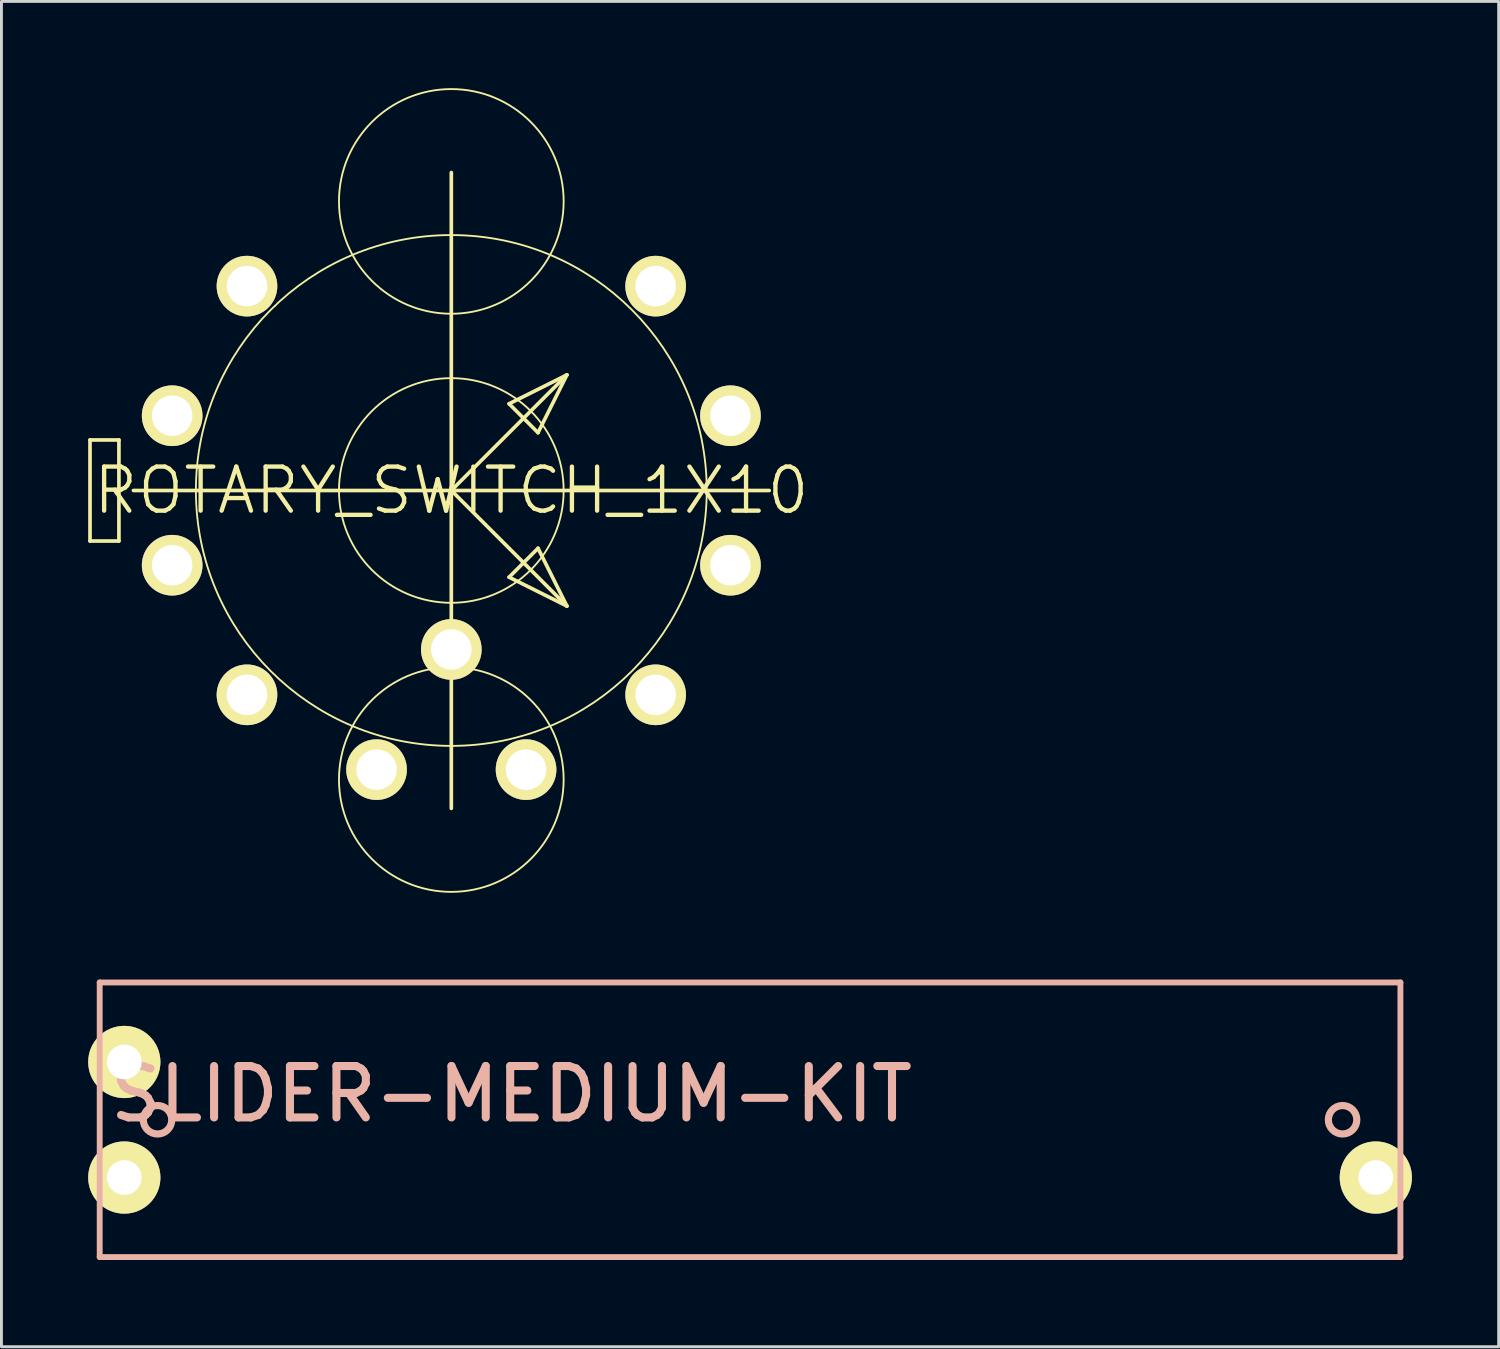
<source format=kicad_pcb>
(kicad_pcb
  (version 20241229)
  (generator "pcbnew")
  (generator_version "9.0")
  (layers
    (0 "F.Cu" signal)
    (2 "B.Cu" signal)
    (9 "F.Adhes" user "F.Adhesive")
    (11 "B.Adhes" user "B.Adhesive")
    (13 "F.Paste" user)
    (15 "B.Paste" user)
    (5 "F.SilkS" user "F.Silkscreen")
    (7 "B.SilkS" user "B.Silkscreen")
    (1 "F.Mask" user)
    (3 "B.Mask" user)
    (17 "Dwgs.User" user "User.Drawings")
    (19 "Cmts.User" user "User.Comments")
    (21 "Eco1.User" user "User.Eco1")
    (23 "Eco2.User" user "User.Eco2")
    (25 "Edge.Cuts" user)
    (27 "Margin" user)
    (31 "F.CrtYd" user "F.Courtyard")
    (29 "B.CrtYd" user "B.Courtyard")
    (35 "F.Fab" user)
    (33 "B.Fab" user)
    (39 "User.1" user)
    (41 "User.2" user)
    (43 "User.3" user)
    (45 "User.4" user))
  (footprint "ROTARY_SWITCH_1X10"
    (layer "F.Cu")
    (at 12.563 13.918)
    (property "Reference" "ROTARY_SWITCH_1X10" (at 0 0 0) (layer "F.SilkS") (effects (font (size 1.524 1.524) (thickness 0.15))))
    (attr exclude_from_pos_files exclude_from_bom)
    (fp_line (start -12.499 -1.748) (end -11.499 -1.748) (stroke (width 0.127) (type solid)) (layer "F.SilkS"))
    (fp_line (start -12.499 1.748) (end -12.499 -1.748) (stroke (width 0.127) (type solid)) (layer "F.SilkS"))
    (fp_line (start -11.499 -1.748) (end -11.499 1.748) (stroke (width 0.127) (type solid)) (layer "F.SilkS"))
    (fp_line (start -11.499 1.748) (end -12.499 1.748) (stroke (width 0.127) (type solid)) (layer "F.SilkS"))
    (fp_line (start -10.998 0) (end 0 0) (stroke (width 0.127) (type solid)) (layer "F.SilkS"))
    (fp_line (start 0 -10.998) (end 0 0) (stroke (width 0.127) (type solid)) (layer "F.SilkS"))
    (fp_line (start 0 0) (end 0 10.998) (stroke (width 0.127) (type solid)) (layer "F.SilkS"))
    (fp_line (start 0 0) (end 3.998 -3.998) (stroke (width 0.127) (type solid)) (layer "F.SilkS"))
    (fp_line (start 0 0) (end 3.998 3.998) (stroke (width 0.127) (type solid)) (layer "F.SilkS"))
    (fp_line (start 0 0) (end 10.998 0) (stroke (width 0.127) (type solid)) (layer "F.SilkS"))
    (fp_line (start 1.999 -3) (end 3 -1.999) (stroke (width 0.127) (type solid)) (layer "F.SilkS"))
    (fp_line (start 1.999 3) (end 3.998 3.998) (stroke (width 0.127) (type solid)) (layer "F.SilkS"))
    (fp_line (start 3 -1.999) (end 3.998 -3.998) (stroke (width 0.127) (type solid)) (layer "F.SilkS"))
    (fp_line (start 3 1.999) (end 1.999 3) (stroke (width 0.127) (type solid)) (layer "F.SilkS"))
    (fp_line (start 3.998 -3.998) (end 1.999 -3) (stroke (width 0.127) (type solid)) (layer "F.SilkS"))
    (fp_line (start 3.998 3.998) (end 3 1.999) (stroke (width 0.127) (type solid)) (layer "F.SilkS"))
    (fp_circle (center 0 -10) (end -2.748 -12.748) (stroke (width 0.064) (type solid)) (fill no) (layer "F.SilkS"))
    (fp_circle (center 0 0) (end -6.248 6.248) (stroke (width 0.064) (type solid)) (fill no) (layer "F.SilkS"))
    (fp_circle (center 0 0) (end -2.748 2.748) (stroke (width 0.064) (type solid)) (fill no) (layer "F.SilkS"))
    (fp_circle (center 0 10) (end -2.748 12.748) (stroke (width 0.064) (type solid)) (fill no) (layer "F.SilkS"))
    (pad "1" thru_hole circle (at 7.069 -7.069) (size 2.098 2.098) (drill 1.4) (layers "*.Cu" "F.Mask" "F.SilkS" "F.Paste"))
    (pad "2" thru_hole circle (at 9.657 -2.586) (size 2.098 2.098) (drill 1.4) (layers "*.Cu" "F.Mask" "F.SilkS" "F.Paste"))
    (pad "3" thru_hole circle (at 9.657 2.586) (size 2.098 2.098) (drill 1.4) (layers "*.Cu" "F.Mask" "F.SilkS" "F.Paste"))
    (pad "4" thru_hole circle (at 7.069 7.069) (size 2.098 2.098) (drill 1.4) (layers "*.Cu" "F.Mask" "F.SilkS" "F.Paste"))
    (pad "5" thru_hole circle (at 2.586 9.657) (size 2.098 2.098) (drill 1.4) (layers "*.Cu" "F.Mask" "F.SilkS" "F.Paste"))
    (pad "6" thru_hole circle (at -2.586 9.657) (size 2.098 2.098) (drill 1.4) (layers "*.Cu" "F.Mask" "F.SilkS" "F.Paste"))
    (pad "7" thru_hole circle (at -7.069 7.069) (size 2.098 2.098) (drill 1.4) (layers "*.Cu" "F.Mask" "F.SilkS" "F.Paste"))
    (pad "8" thru_hole circle (at -9.657 2.586) (size 2.098 2.098) (drill 1.4) (layers "*.Cu" "F.Mask" "F.SilkS" "F.Paste"))
    (pad "9" thru_hole circle (at -9.657 -2.586) (size 2.098 2.098) (drill 1.4) (layers "*.Cu" "F.Mask" "F.SilkS" "F.Paste"))
    (pad "10" thru_hole circle (at -7.069 -7.069) (size 2.098 2.098) (drill 1.4) (layers "*.Cu" "F.Mask" "F.SilkS" "F.Paste"))
    (pad "COMM" thru_hole circle (at 0 5.499) (size 2.098 2.098) (drill 1.4) (layers "*.Cu" "F.Mask" "F.SilkS" "F.Paste")))
  (footprint "SLIDER-MEDIUM-KIT"
    (layer "F.Cu")
    (at 22.898 35.688)
    (property "Reference" "SLIDER-MEDIUM-KIT" (at -8.255 -0.889 0) (layer "B.SilkS") (effects (font (size 1.778 1.778) (thickness 0.279))))
    (attr exclude_from_pos_files exclude_from_bom)
    (fp_line (start -21.999 -2.499) (end -21.499 -2.499) (stroke (width 0.066) (type solid)) (layer "F.SilkS"))
    (fp_line (start -21.999 -1.499) (end -21.999 -2.499) (stroke (width 0.066) (type solid)) (layer "F.SilkS"))
    (fp_line (start -21.999 -1.499) (end -21.499 -1.499) (stroke (width 0.066) (type solid)) (layer "F.SilkS"))
    (fp_line (start -21.999 1.499) (end -21.499 1.499) (stroke (width 0.066) (type solid)) (layer "F.SilkS"))
    (fp_line (start -21.999 2.499) (end -21.999 1.499) (stroke (width 0.066) (type solid)) (layer "F.SilkS"))
    (fp_line (start -21.999 2.499) (end -21.499 2.499) (stroke (width 0.066) (type solid)) (layer "F.SilkS"))
    (fp_line (start -21.499 -1.499) (end -21.499 -2.499) (stroke (width 0.066) (type solid)) (layer "F.SilkS"))
    (fp_line (start -21.499 2.499) (end -21.499 1.499) (stroke (width 0.066) (type solid)) (layer "F.SilkS"))
    (fp_line (start 21.499 1.499) (end 21.999 1.499) (stroke (width 0.066) (type solid)) (layer "F.SilkS"))
    (fp_line (start 21.499 2.499) (end 21.499 1.499) (stroke (width 0.066) (type solid)) (layer "F.SilkS"))
    (fp_line (start 21.499 2.499) (end 21.999 2.499) (stroke (width 0.066) (type solid)) (layer "F.SilkS"))
    (fp_line (start 21.999 2.499) (end 21.999 1.499) (stroke (width 0.066) (type solid)) (layer "F.SilkS"))
    (fp_circle (center -21.648 -1.999) (end -22.304 -2.654) (stroke (width 0) (type solid)) (fill yes) (layer "F.SilkS"))
    (fp_circle (center -21.648 -1.999) (end -21.948 -2.299) (stroke (width 0) (type solid)) (fill yes) (layer "F.SilkS"))
    (fp_circle (center -21.648 1.999) (end -22.304 2.654) (stroke (width 0) (type solid)) (fill yes) (layer "F.SilkS"))
    (fp_circle (center -21.648 1.999) (end -21.948 2.299) (stroke (width 0) (type solid)) (fill yes) (layer "F.SilkS"))
    (fp_circle (center 21.648 1.999) (end 21.948 2.299) (stroke (width 0) (type solid)) (fill yes) (layer "F.SilkS"))
    (fp_circle (center 21.648 1.999) (end 22.304 2.654) (stroke (width 0) (type solid)) (fill yes) (layer "F.SilkS"))
    (fp_line (start -22.499 -4.75) (end -22.499 4.75) (stroke (width 0.203) (type solid)) (layer "B.SilkS"))
    (fp_line (start -22.499 4.75) (end 22.499 4.75) (stroke (width 0.203) (type solid)) (layer "B.SilkS"))
    (fp_line (start 22.499 -4.75) (end -22.499 -4.75) (stroke (width 0.203) (type solid)) (layer "B.SilkS"))
    (fp_line (start 22.499 4.75) (end 22.499 -4.75) (stroke (width 0.203) (type solid)) (layer "B.SilkS"))
    (fp_circle (center -20.498 0) (end -20.846 0.348) (stroke (width 0.249) (type solid)) (fill no) (layer "B.SilkS"))
    (fp_circle (center 20.498 0) (end 20.846 0.348) (stroke (width 0.249) (type solid)) (fill no) (layer "B.SilkS"))
    (pad "BOTT" thru_hole circle (at 21.648 1.999) (size 2.499 2.499) (drill 1.199) (layers "*.Cu" "F.Mask" "F.SilkS" "F.Paste"))
    (pad "TOP" thru_hole circle (at -21.648 1.999) (size 2.499 2.499) (drill 1.199) (layers "*.Cu" "F.Mask" "F.SilkS" "F.Paste"))
    (pad "WIPE" thru_hole circle (at -21.648 -1.999) (size 2.499 2.499) (drill 1.199) (layers "*.Cu" "F.Mask" "F.SilkS" "F.Paste")))
  (gr_rect
    (start -3 -3)
    (end 48.796 43.54)
    (stroke (width 0.1) (type default))
    (fill no)
    (layer "Edge.Cuts")))
</source>
